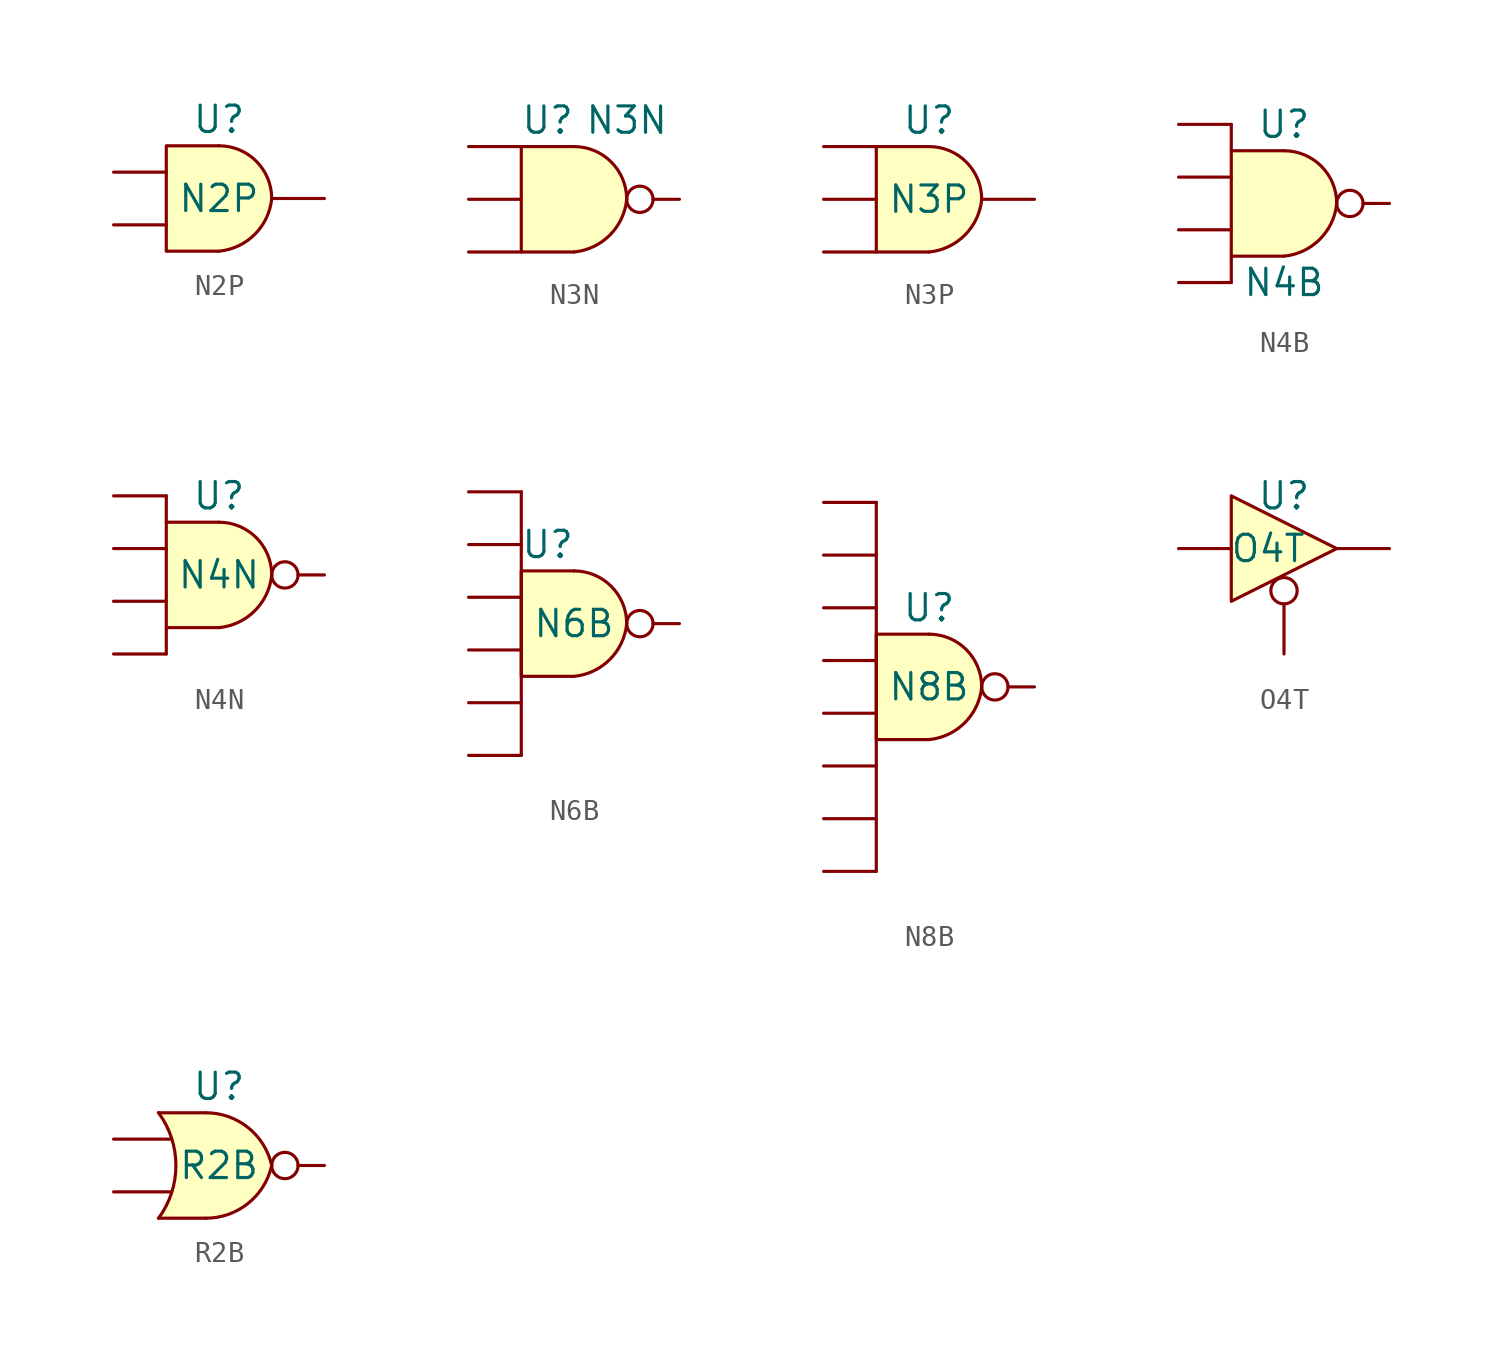
<source format=kicad_sym>
(kicad_symbol_lib
  (version 20220914)
  (generator kicad_symbol_editor)
  (symbol "N2P"
    (property "Reference" "U"
      (at 0 3.81 0)
      (effects (font (size 1.27 1.27))))
    (property "Value" "N2P"
      (at 0 0 0)
      (effects (font (size 1.27 1.27))))
    (symbol "N2P_1_1"
      (arc (start 0 -2.54) (mid 1.7263 -1.7263) (end 2.54 0) (stroke (width 0) (type default)) (fill (type background)))
      (polyline (pts (xy 0 2.54) (xy -2.54 2.54) (xy -2.54 -2.54) (xy 0 -2.54)) (stroke (width 0) (type default)) (fill (type background)))
      (arc (start 2.54 0) (mid 1.7961 1.7961) (end 0 2.54) (stroke (width 0) (type default)) (fill (type background)))
      (pin input line (at -5.08 -1.27 0) (length 2.54) (name "" (effects (font (size 1.27 1.27)))) (number "" (effects (font (size 1.27 1.27)))))
      (pin input line (at -5.08 1.27 0) (length 2.54) (name "" (effects (font (size 1.27 1.27)))) (number "" (effects (font (size 1.27 1.27)))))
      (pin output line (at 5.08 0 180) (length 2.54) (name "" (effects (font (size 1.27 1.27)))) (number "" (effects (font (size 1.27 1.27)))))))
  (symbol "N3N"
    (property "Reference" "U"
      (at -1.27 3.81 0)
      (effects (font (size 1.27 1.27))))
    (property "Value" "N3N"
      (at 2.54 3.81 0)
      (effects (font (size 1.27 1.27))))
    (symbol "N3N_1_1"
      (arc (start 0 -2.54) (mid 1.7263 -1.7263) (end 2.54 0) (stroke (width 0) (type default)) (fill (type background)))
      (polyline (pts (xy 0 2.54) (xy -2.54 2.54) (xy -2.54 -2.54) (xy 0 -2.54)) (stroke (width 0) (type default)) (fill (type background)))
      (arc (start 2.54 0) (mid 1.7961 1.7961) (end 0 2.54) (stroke (width 0) (type default)) (fill (type background)))
      (pin input line (at -5.08 -2.54 0) (length 2.54) (name "" (effects (font (size 1.27 1.27)))) (number "" (effects (font (size 1.27 1.27)))))
      (pin input line (at -5.08 0 0) (length 2.54) (name "" (effects (font (size 1.27 1.27)))) (number "" (effects (font (size 1.27 1.27)))))
      (pin input line (at -5.08 2.54 0) (length 2.54) (name "" (effects (font (size 1.27 1.27)))) (number "" (effects (font (size 1.27 1.27)))))
      (pin output inverted (at 5.08 0 180) (length 2.54) (name "" (effects (font (size 1.27 1.27)))) (number "" (effects (font (size 1.27 1.27)))))))
  (symbol "N3P"
    (property "Reference" "U"
      (at 0 3.81 0)
      (effects (font (size 1.27 1.27))))
    (property "Value" "N3P"
      (at 0 0 0)
      (effects (font (size 1.27 1.27))))
    (symbol "N3P_1_1"
      (arc (start 0 -2.54) (mid 1.7263 -1.7263) (end 2.54 0) (stroke (width 0) (type default)) (fill (type background)))
      (polyline (pts (xy 0 2.54) (xy -2.54 2.54) (xy -2.54 -2.54) (xy 0 -2.54)) (stroke (width 0) (type default)) (fill (type background)))
      (arc (start 2.54 0) (mid 1.7961 1.7961) (end 0 2.54) (stroke (width 0) (type default)) (fill (type background)))
      (pin input line (at -5.08 -2.54 0) (length 2.54) (name "" (effects (font (size 1.27 1.27)))) (number "" (effects (font (size 1.27 1.27)))))
      (pin input line (at -5.08 0 0) (length 2.54) (name "" (effects (font (size 1.27 1.27)))) (number "" (effects (font (size 1.27 1.27)))))
      (pin input line (at -5.08 2.54 0) (length 2.54) (name "" (effects (font (size 1.27 1.27)))) (number "" (effects (font (size 1.27 1.27)))))
      (pin output line (at 5.08 0 180) (length 2.54) (name "" (effects (font (size 1.27 1.27)))) (number "" (effects (font (size 1.27 1.27)))))))
  (symbol "N4B"
    (property "Reference" "U"
      (at 0 3.81 0)
      (effects (font (size 1.27 1.27))))
    (property "Value" "N4B"
      (at 0 -3.81 0)
      (effects (font (size 1.27 1.27))))
    (symbol "N4B_0_1"
      (polyline (pts (xy -2.54 -2.54) (xy -2.54 -3.81)) (stroke (width 0) (type default)) (fill (type none)))
      (polyline (pts (xy -2.54 2.54) (xy -2.54 3.81)) (stroke (width 0) (type default)) (fill (type none))))
    (symbol "N4B_1_1"
      (arc (start 0 -2.54) (mid 1.7263 -1.7263) (end 2.54 0) (stroke (width 0) (type default)) (fill (type background)))
      (polyline (pts (xy 0 2.54) (xy -2.54 2.54) (xy -2.54 -2.54) (xy 0 -2.54)) (stroke (width 0) (type default)) (fill (type background)))
      (arc (start 2.54 0) (mid 1.7961 1.7961) (end 0 2.54) (stroke (width 0) (type default)) (fill (type background)))
      (pin input line (at -5.08 -3.81 0) (length 2.54) (name "" (effects (font (size 1.27 1.27)))) (number "" (effects (font (size 1.27 1.27)))))
      (pin input line (at -5.08 -1.27 0) (length 2.54) (name "" (effects (font (size 1.27 1.27)))) (number "" (effects (font (size 1.27 1.27)))))
      (pin input line (at -5.08 1.27 0) (length 2.54) (name "" (effects (font (size 1.27 1.27)))) (number "" (effects (font (size 1.27 1.27)))))
      (pin input line (at -5.08 3.81 0) (length 2.54) (name "" (effects (font (size 1.27 1.27)))) (number "" (effects (font (size 1.27 1.27)))))
      (pin output inverted (at 5.08 0 180) (length 2.54) (name "" (effects (font (size 1.27 1.27)))) (number "" (effects (font (size 1.27 1.27)))))))
  (symbol "N4N"
    (property "Reference" "U"
      (at 1.27 3.81 0)
      (effects (font (size 1.27 1.27))))
    (property "Value" "N4N"
      (at 1.27 0 0)
      (effects (font (size 1.27 1.27))))
    (symbol "N4N_0_1"
      (polyline (pts (xy -1.27 -2.54) (xy -1.27 -3.81)) (stroke (width 0) (type default)) (fill (type none)))
      (polyline (pts (xy -1.27 2.54) (xy -1.27 3.81)) (stroke (width 0) (type default)) (fill (type none))))
    (symbol "N4N_1_1"
      (polyline (pts (xy 1.27 2.54) (xy -1.27 2.54) (xy -1.27 -2.54) (xy 1.27 -2.54)) (stroke (width 0) (type default)) (fill (type background)))
      (arc (start 1.27 -2.54) (mid 2.9963 -1.7263) (end 3.81 0) (stroke (width 0) (type default)) (fill (type background)))
      (arc (start 3.81 0) (mid 3.0661 1.7961) (end 1.27 2.54) (stroke (width 0) (type default)) (fill (type background)))
      (pin input line (at -3.81 -3.81 0) (length 2.54) (name "" (effects (font (size 1.27 1.27)))) (number "" (effects (font (size 1.27 1.27)))))
      (pin input line (at -3.81 -1.27 0) (length 2.54) (name "" (effects (font (size 1.27 1.27)))) (number "" (effects (font (size 1.27 1.27)))))
      (pin input line (at -3.81 1.27 0) (length 2.54) (name "" (effects (font (size 1.27 1.27)))) (number "" (effects (font (size 1.27 1.27)))))
      (pin input line (at -3.81 3.81 0) (length 2.54) (name "" (effects (font (size 1.27 1.27)))) (number "" (effects (font (size 1.27 1.27)))))
      (pin output inverted (at 6.35 0 180) (length 2.54) (name "" (effects (font (size 1.27 1.27)))) (number "" (effects (font (size 1.27 1.27)))))))
  (symbol "N6B"
    (property "Reference" "U"
      (at 1.27 3.81 0)
      (effects (font (size 1.27 1.27))))
    (property "Value" "N6B"
      (at 2.54 0 0)
      (effects (font (size 1.27 1.27))))
    (symbol "N6B_0_1"
      (polyline (pts (xy 0 -6.35) (xy 0 6.35)) (stroke (width 0) (type default)) (fill (type none))))
    (symbol "N6B_1_1"
      (polyline (pts (xy 2.54 2.54) (xy 0 2.54) (xy 0 -2.54) (xy 2.54 -2.54)) (stroke (width 0) (type default)) (fill (type background)))
      (arc (start 2.54 -2.54) (mid 4.2663 -1.7263) (end 5.08 0) (stroke (width 0) (type default)) (fill (type background)))
      (arc (start 5.08 0) (mid 4.3361 1.7961) (end 2.54 2.54) (stroke (width 0) (type default)) (fill (type background)))
      (pin input line (at -2.54 -6.35 0) (length 2.54) (name "" (effects (font (size 1.27 1.27)))) (number "" (effects (font (size 1.27 1.27)))))
      (pin input line (at -2.54 -3.81 0) (length 2.54) (name "" (effects (font (size 1.27 1.27)))) (number "" (effects (font (size 1.27 1.27)))))
      (pin input line (at -2.54 -1.27 0) (length 2.54) (name "" (effects (font (size 1.27 1.27)))) (number "" (effects (font (size 1.27 1.27)))))
      (pin input line (at -2.54 1.27 0) (length 2.54) (name "" (effects (font (size 1.27 1.27)))) (number "" (effects (font (size 1.27 1.27)))))
      (pin input line (at -2.54 3.81 0) (length 2.54) (name "" (effects (font (size 1.27 1.27)))) (number "" (effects (font (size 1.27 1.27)))))
      (pin input line (at -2.54 6.35 0) (length 2.54) (name "" (effects (font (size 1.27 1.27)))) (number "" (effects (font (size 1.27 1.27)))))
      (pin output inverted (at 7.62 0 180) (length 2.54) (name "" (effects (font (size 1.27 1.27)))) (number "" (effects (font (size 1.27 1.27)))))))
  (symbol "N8B"
    (property "Reference" "U"
      (at 2.54 3.81 0)
      (effects (font (size 1.27 1.27))))
    (property "Value" "N8B"
      (at 2.54 0 0)
      (effects (font (size 1.27 1.27))))
    (symbol "N8B_0_1"
      (polyline (pts (xy 0 -8.89) (xy 0 8.89)) (stroke (width 0) (type default)) (fill (type none))))
    (symbol "N8B_1_1"
      (polyline (pts (xy 2.54 2.54) (xy 0 2.54) (xy 0 -2.54) (xy 2.54 -2.54)) (stroke (width 0) (type default)) (fill (type background)))
      (arc (start 2.54 -2.54) (mid 4.2663 -1.7263) (end 5.08 0) (stroke (width 0) (type default)) (fill (type background)))
      (arc (start 5.08 0) (mid 4.3361 1.7961) (end 2.54 2.54) (stroke (width 0) (type default)) (fill (type background)))
      (pin input line (at -2.54 -8.89 0) (length 2.54) (name "" (effects (font (size 1.27 1.27)))) (number "" (effects (font (size 1.27 1.27)))))
      (pin input line (at -2.54 -6.35 0) (length 2.54) (name "" (effects (font (size 1.27 1.27)))) (number "" (effects (font (size 1.27 1.27)))))
      (pin input line (at -2.54 -3.81 0) (length 2.54) (name "" (effects (font (size 1.27 1.27)))) (number "" (effects (font (size 1.27 1.27)))))
      (pin input line (at -2.54 -1.27 0) (length 2.54) (name "" (effects (font (size 1.27 1.27)))) (number "" (effects (font (size 1.27 1.27)))))
      (pin input line (at -2.54 1.27 0) (length 2.54) (name "" (effects (font (size 1.27 1.27)))) (number "" (effects (font (size 1.27 1.27)))))
      (pin input line (at -2.54 3.81 0) (length 2.54) (name "" (effects (font (size 1.27 1.27)))) (number "" (effects (font (size 1.27 1.27)))))
      (pin input line (at -2.54 6.35 0) (length 2.54) (name "" (effects (font (size 1.27 1.27)))) (number "" (effects (font (size 1.27 1.27)))))
      (pin input line (at -2.54 8.89 0) (length 2.54) (name "" (effects (font (size 1.27 1.27)))) (number "" (effects (font (size 1.27 1.27)))))
      (pin output inverted (at 7.62 0 180) (length 2.54) (name "" (effects (font (size 1.27 1.27)))) (number "" (effects (font (size 1.27 1.27)))))))
  (symbol "O4T"
    (property "Reference" "U"
      (at 0 2.54 0)
      (effects (font (size 1.27 1.27))))
    (property "Value" "O4T"
      (at -0.762 0 0)
      (effects (font (size 1.27 1.27))))
    (symbol "O4T_1_1"
      (polyline (pts (xy -2.54 2.54) (xy -2.54 -2.54) (xy 2.54 0) (xy -2.54 2.54)) (stroke (width 0) (type default)) (fill (type background)))
      (pin input line (at -5.08 0 0) (length 2.54) (name "" (effects (font (size 1.27 1.27)))) (number "" (effects (font (size 1.27 1.27)))))
      (pin input inverted (at 0 -5.08 90) (length 3.683) (name "" (effects (font (size 1.27 1.27)))) (number "" (effects (font (size 1.27 1.27)))))
      (pin output line (at 5.08 0 180) (length 2.54) (name "" (effects (font (size 1.27 1.27)))) (number "" (effects (font (size 1.27 1.27)))))))
  (symbol "R2B"
    (property "Reference" "U"
      (at 0 3.81 0)
      (effects (font (size 1.27 1.27))))
    (property "Value" "R2B"
      (at 0 0 0)
      (effects (font (size 1.27 1.27))))
    (symbol "R2B_1_1"
      (arc (start -2.9127 -2.5398) (mid -2.0762 0.0001) (end -2.9129 2.54) (stroke (width 0) (type default)) (fill (type none)))
      (arc (start -0.635 -2.54) (mid 1.3992 -1.8283) (end 2.54 0) (stroke (width 0) (type default)) (fill (type background)))
      (polyline (pts (xy -0.635 -2.54) (xy -2.921 -2.54)) (stroke (width 0) (type default)) (fill (type outline)))
      (polyline (pts (xy -0.635 2.54) (xy -2.921 2.54)) (stroke (width 0) (type default)) (fill (type background)))
      (polyline (pts (xy -0.635 2.54) (xy -2.921 2.54) (xy -2.54 1.905) (xy -2.286 1.27) (xy -2.159 0.762) (xy -2.108 0.457) (xy -2.083 0.178) (xy -2.083 -0.127) (xy -2.134 -0.66) (xy -2.21 -1.016) (xy -2.311 -1.372) (xy -2.438 -1.676) (xy -2.616 -2.057) (xy -2.794 -2.337) (xy -2.921 -2.54) (xy -0.635 -2.54)) (stroke (width -0.0001) (type default)) (fill (type background)))
      (arc (start 2.54 0) (mid 1.3994 1.8287) (end -0.635 2.54) (stroke (width 0) (type default)) (fill (type background)))
      (pin input line (at -5.08 -1.27 0) (length 2.794) (name "" (effects (font (size 1.27 1.27)))) (number "" (effects (font (size 1.27 1.27)))))
      (pin input line (at -5.08 1.27 0) (length 2.794) (name "" (effects (font (size 1.27 1.27)))) (number "" (effects (font (size 1.27 1.27)))))
      (pin output inverted (at 5.08 0 180) (length 2.54) (name "" (effects (font (size 1.27 1.27)))) (number "" (effects (font (size 1.27 1.27))))))))
</source>
